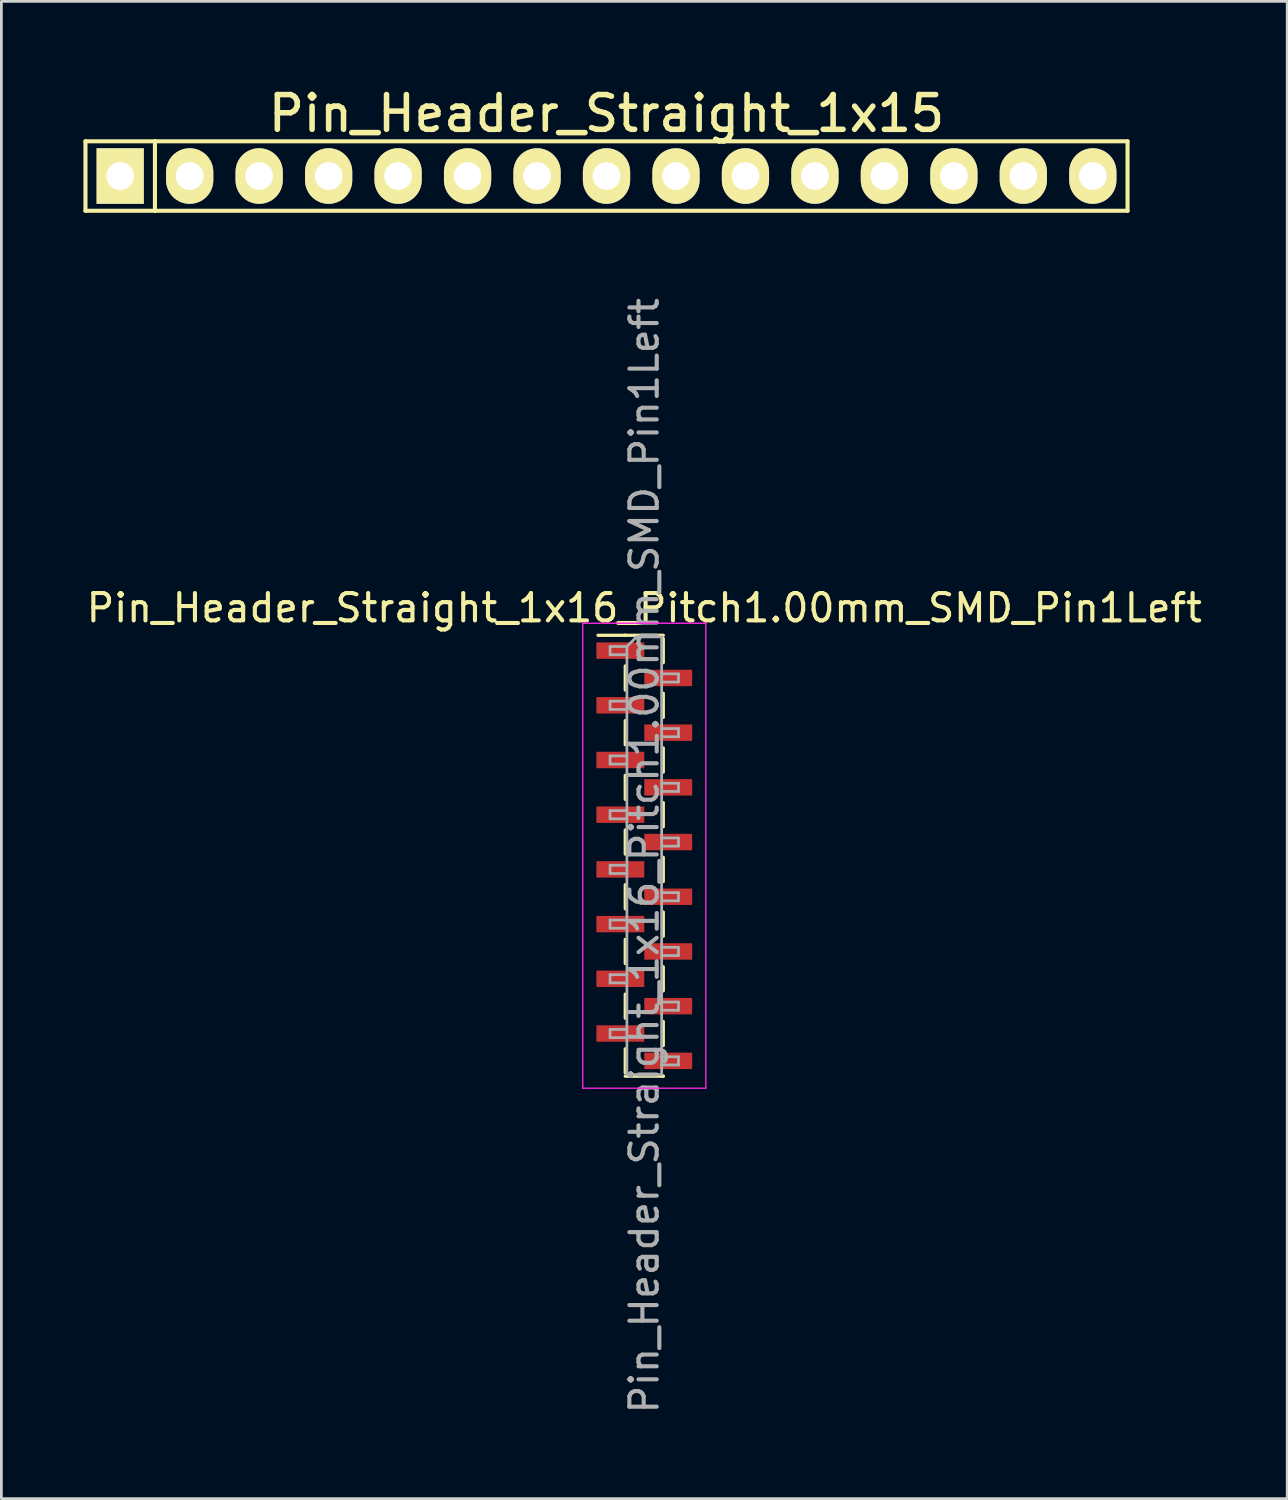
<source format=kicad_pcb>
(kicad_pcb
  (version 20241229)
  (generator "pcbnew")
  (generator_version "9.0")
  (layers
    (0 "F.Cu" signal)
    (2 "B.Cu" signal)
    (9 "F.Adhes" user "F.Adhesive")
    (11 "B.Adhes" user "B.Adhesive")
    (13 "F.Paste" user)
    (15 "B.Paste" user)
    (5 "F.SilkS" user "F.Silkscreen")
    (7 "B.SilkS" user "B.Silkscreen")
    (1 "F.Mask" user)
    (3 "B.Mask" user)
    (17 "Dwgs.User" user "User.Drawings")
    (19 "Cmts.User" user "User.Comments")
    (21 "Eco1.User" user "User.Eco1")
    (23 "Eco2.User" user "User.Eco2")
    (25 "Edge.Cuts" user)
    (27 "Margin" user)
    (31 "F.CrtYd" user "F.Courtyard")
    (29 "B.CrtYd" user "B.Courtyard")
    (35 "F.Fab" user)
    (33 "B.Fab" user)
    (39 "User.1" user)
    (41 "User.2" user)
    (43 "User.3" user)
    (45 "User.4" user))
  (footprint "Pin_Header_Straight_1x16_Pitch1.00mm_SMD_Pin1Left"
    (layer "F.Cu")
    (at 20.506 28.237)
    (property "Reference" "Pin_Header_Straight_1x16_Pitch1.00mm_SMD_Pin1Left" (at 0 -9.06 0) (layer "F.SilkS") (effects (font (size 1 1) (thickness 0.15))))
    (attr smd)
    (fp_line (start -0.695 -8.06) (end -1.69 -8.06) (stroke (width 0.12) (type solid)) (layer "F.SilkS"))
    (fp_line (start -0.695 -8.06) (end -0.695 -8.06) (stroke (width 0.12) (type solid)) (layer "F.SilkS"))
    (fp_line (start -0.695 -8.06) (end 0.695 -8.06) (stroke (width 0.12) (type solid)) (layer "F.SilkS"))
    (fp_line (start -0.695 -6.94) (end -0.695 -6.06) (stroke (width 0.12) (type solid)) (layer "F.SilkS"))
    (fp_line (start -0.695 -4.94) (end -0.695 -4.06) (stroke (width 0.12) (type solid)) (layer "F.SilkS"))
    (fp_line (start -0.695 -2.94) (end -0.695 -2.06) (stroke (width 0.12) (type solid)) (layer "F.SilkS"))
    (fp_line (start -0.695 -0.94) (end -0.695 -0.06) (stroke (width 0.12) (type solid)) (layer "F.SilkS"))
    (fp_line (start -0.695 1.06) (end -0.695 1.94) (stroke (width 0.12) (type solid)) (layer "F.SilkS"))
    (fp_line (start -0.695 3.06) (end -0.695 3.94) (stroke (width 0.12) (type solid)) (layer "F.SilkS"))
    (fp_line (start -0.695 5.06) (end -0.695 5.94) (stroke (width 0.12) (type solid)) (layer "F.SilkS"))
    (fp_line (start -0.695 7.06) (end -0.695 7.94) (stroke (width 0.12) (type solid)) (layer "F.SilkS"))
    (fp_line (start -0.695 8.06) (end 0.695 8.06) (stroke (width 0.12) (type solid)) (layer "F.SilkS"))
    (fp_line (start 0.695 -7.94) (end 0.695 -7.06) (stroke (width 0.12) (type solid)) (layer "F.SilkS"))
    (fp_line (start 0.695 -5.94) (end 0.695 -5.06) (stroke (width 0.12) (type solid)) (layer "F.SilkS"))
    (fp_line (start 0.695 -3.94) (end 0.695 -3.06) (stroke (width 0.12) (type solid)) (layer "F.SilkS"))
    (fp_line (start 0.695 -1.94) (end 0.695 -1.06) (stroke (width 0.12) (type solid)) (layer "F.SilkS"))
    (fp_line (start 0.695 0.06) (end 0.695 0.94) (stroke (width 0.12) (type solid)) (layer "F.SilkS"))
    (fp_line (start 0.695 2.06) (end 0.695 2.94) (stroke (width 0.12) (type solid)) (layer "F.SilkS"))
    (fp_line (start 0.695 4.06) (end 0.695 4.94) (stroke (width 0.12) (type solid)) (layer "F.SilkS"))
    (fp_line (start 0.695 6.06) (end 0.695 6.94) (stroke (width 0.12) (type solid)) (layer "F.SilkS"))
    (fp_line (start 0.695 8.06) (end 0.695 8.06) (stroke (width 0.12) (type solid)) (layer "F.SilkS"))
    (fp_line (start -2.25 -8.5) (end -2.25 8.5) (stroke (width 0.05) (type solid)) (layer "F.CrtYd"))
    (fp_line (start -2.25 8.5) (end 2.25 8.5) (stroke (width 0.05) (type solid)) (layer "F.CrtYd"))
    (fp_line (start 2.25 -8.5) (end -2.25 -8.5) (stroke (width 0.05) (type solid)) (layer "F.CrtYd"))
    (fp_line (start 2.25 8.5) (end 2.25 -8.5) (stroke (width 0.05) (type solid)) (layer "F.CrtYd"))
    (fp_line (start -1.25 -7.65) (end -1.25 -7.35) (stroke (width 0.1) (type solid)) (layer "F.Fab"))
    (fp_line (start -1.25 -7.35) (end -0.635 -7.35) (stroke (width 0.1) (type solid)) (layer "F.Fab"))
    (fp_line (start -1.25 -5.65) (end -1.25 -5.35) (stroke (width 0.1) (type solid)) (layer "F.Fab"))
    (fp_line (start -1.25 -5.35) (end -0.635 -5.35) (stroke (width 0.1) (type solid)) (layer "F.Fab"))
    (fp_line (start -1.25 -3.65) (end -1.25 -3.35) (stroke (width 0.1) (type solid)) (layer "F.Fab"))
    (fp_line (start -1.25 -3.35) (end -0.635 -3.35) (stroke (width 0.1) (type solid)) (layer "F.Fab"))
    (fp_line (start -1.25 -1.65) (end -1.25 -1.35) (stroke (width 0.1) (type solid)) (layer "F.Fab"))
    (fp_line (start -1.25 -1.35) (end -0.635 -1.35) (stroke (width 0.1) (type solid)) (layer "F.Fab"))
    (fp_line (start -1.25 0.35) (end -1.25 0.65) (stroke (width 0.1) (type solid)) (layer "F.Fab"))
    (fp_line (start -1.25 0.65) (end -0.635 0.65) (stroke (width 0.1) (type solid)) (layer "F.Fab"))
    (fp_line (start -1.25 2.35) (end -1.25 2.65) (stroke (width 0.1) (type solid)) (layer "F.Fab"))
    (fp_line (start -1.25 2.65) (end -0.635 2.65) (stroke (width 0.1) (type solid)) (layer "F.Fab"))
    (fp_line (start -1.25 4.35) (end -1.25 4.65) (stroke (width 0.1) (type solid)) (layer "F.Fab"))
    (fp_line (start -1.25 4.65) (end -0.635 4.65) (stroke (width 0.1) (type solid)) (layer "F.Fab"))
    (fp_line (start -1.25 6.35) (end -1.25 6.65) (stroke (width 0.1) (type solid)) (layer "F.Fab"))
    (fp_line (start -1.25 6.65) (end -0.635 6.65) (stroke (width 0.1) (type solid)) (layer "F.Fab"))
    (fp_line (start -0.635 -7.65) (end -1.25 -7.65) (stroke (width 0.1) (type solid)) (layer "F.Fab"))
    (fp_line (start -0.635 -7.65) (end -0.285 -8) (stroke (width 0.1) (type solid)) (layer "F.Fab"))
    (fp_line (start -0.635 -5.65) (end -1.25 -5.65) (stroke (width 0.1) (type solid)) (layer "F.Fab"))
    (fp_line (start -0.635 -3.65) (end -1.25 -3.65) (stroke (width 0.1) (type solid)) (layer "F.Fab"))
    (fp_line (start -0.635 -1.65) (end -1.25 -1.65) (stroke (width 0.1) (type solid)) (layer "F.Fab"))
    (fp_line (start -0.635 0.35) (end -1.25 0.35) (stroke (width 0.1) (type solid)) (layer "F.Fab"))
    (fp_line (start -0.635 2.35) (end -1.25 2.35) (stroke (width 0.1) (type solid)) (layer "F.Fab"))
    (fp_line (start -0.635 4.35) (end -1.25 4.35) (stroke (width 0.1) (type solid)) (layer "F.Fab"))
    (fp_line (start -0.635 6.35) (end -1.25 6.35) (stroke (width 0.1) (type solid)) (layer "F.Fab"))
    (fp_line (start -0.635 8) (end -0.635 -7.65) (stroke (width 0.1) (type solid)) (layer "F.Fab"))
    (fp_line (start -0.285 -8) (end 0.635 -8) (stroke (width 0.1) (type solid)) (layer "F.Fab"))
    (fp_line (start 0.635 -8) (end 0.635 8) (stroke (width 0.1) (type solid)) (layer "F.Fab"))
    (fp_line (start 0.635 -6.65) (end 1.25 -6.65) (stroke (width 0.1) (type solid)) (layer "F.Fab"))
    (fp_line (start 0.635 -4.65) (end 1.25 -4.65) (stroke (width 0.1) (type solid)) (layer "F.Fab"))
    (fp_line (start 0.635 -2.65) (end 1.25 -2.65) (stroke (width 0.1) (type solid)) (layer "F.Fab"))
    (fp_line (start 0.635 -0.65) (end 1.25 -0.65) (stroke (width 0.1) (type solid)) (layer "F.Fab"))
    (fp_line (start 0.635 1.35) (end 1.25 1.35) (stroke (width 0.1) (type solid)) (layer "F.Fab"))
    (fp_line (start 0.635 3.35) (end 1.25 3.35) (stroke (width 0.1) (type solid)) (layer "F.Fab"))
    (fp_line (start 0.635 5.35) (end 1.25 5.35) (stroke (width 0.1) (type solid)) (layer "F.Fab"))
    (fp_line (start 0.635 7.35) (end 1.25 7.35) (stroke (width 0.1) (type solid)) (layer "F.Fab"))
    (fp_line (start 0.635 8) (end -0.635 8) (stroke (width 0.1) (type solid)) (layer "F.Fab"))
    (fp_line (start 1.25 -6.65) (end 1.25 -6.35) (stroke (width 0.1) (type solid)) (layer "F.Fab"))
    (fp_line (start 1.25 -6.35) (end 0.635 -6.35) (stroke (width 0.1) (type solid)) (layer "F.Fab"))
    (fp_line (start 1.25 -4.65) (end 1.25 -4.35) (stroke (width 0.1) (type solid)) (layer "F.Fab"))
    (fp_line (start 1.25 -4.35) (end 0.635 -4.35) (stroke (width 0.1) (type solid)) (layer "F.Fab"))
    (fp_line (start 1.25 -2.65) (end 1.25 -2.35) (stroke (width 0.1) (type solid)) (layer "F.Fab"))
    (fp_line (start 1.25 -2.35) (end 0.635 -2.35) (stroke (width 0.1) (type solid)) (layer "F.Fab"))
    (fp_line (start 1.25 -0.65) (end 1.25 -0.35) (stroke (width 0.1) (type solid)) (layer "F.Fab"))
    (fp_line (start 1.25 -0.35) (end 0.635 -0.35) (stroke (width 0.1) (type solid)) (layer "F.Fab"))
    (fp_line (start 1.25 1.35) (end 1.25 1.65) (stroke (width 0.1) (type solid)) (layer "F.Fab"))
    (fp_line (start 1.25 1.65) (end 0.635 1.65) (stroke (width 0.1) (type solid)) (layer "F.Fab"))
    (fp_line (start 1.25 3.35) (end 1.25 3.65) (stroke (width 0.1) (type solid)) (layer "F.Fab"))
    (fp_line (start 1.25 3.65) (end 0.635 3.65) (stroke (width 0.1) (type solid)) (layer "F.Fab"))
    (fp_line (start 1.25 5.35) (end 1.25 5.65) (stroke (width 0.1) (type solid)) (layer "F.Fab"))
    (fp_line (start 1.25 5.65) (end 0.635 5.65) (stroke (width 0.1) (type solid)) (layer "F.Fab"))
    (fp_line (start 1.25 7.35) (end 1.25 7.65) (stroke (width 0.1) (type solid)) (layer "F.Fab"))
    (fp_line (start 1.25 7.65) (end 0.635 7.65) (stroke (width 0.1) (type solid)) (layer "F.Fab"))
    (fp_text user "${REFERENCE}" (at 0 0 90) (layer "F.Fab") (effects (font (size 1 1) (thickness 0.15))))
    (pad "1" smd rect (at -0.875 -7.5) (size 1.75 0.6) (layers "F.Cu" "F.Mask" "F.Paste"))
    (pad "2" smd rect (at 0.875 -6.5) (size 1.75 0.6) (layers "F.Cu" "F.Mask" "F.Paste"))
    (pad "3" smd rect (at -0.875 -5.5) (size 1.75 0.6) (layers "F.Cu" "F.Mask" "F.Paste"))
    (pad "4" smd rect (at 0.875 -4.5) (size 1.75 0.6) (layers "F.Cu" "F.Mask" "F.Paste"))
    (pad "5" smd rect (at -0.875 -3.5) (size 1.75 0.6) (layers "F.Cu" "F.Mask" "F.Paste"))
    (pad "6" smd rect (at 0.875 -2.5) (size 1.75 0.6) (layers "F.Cu" "F.Mask" "F.Paste"))
    (pad "7" smd rect (at -0.875 -1.5) (size 1.75 0.6) (layers "F.Cu" "F.Mask" "F.Paste"))
    (pad "8" smd rect (at 0.875 -0.5) (size 1.75 0.6) (layers "F.Cu" "F.Mask" "F.Paste"))
    (pad "9" smd rect (at -0.875 0.5) (size 1.75 0.6) (layers "F.Cu" "F.Mask" "F.Paste"))
    (pad "10" smd rect (at 0.875 1.5) (size 1.75 0.6) (layers "F.Cu" "F.Mask" "F.Paste"))
    (pad "11" smd rect (at -0.875 2.5) (size 1.75 0.6) (layers "F.Cu" "F.Mask" "F.Paste"))
    (pad "12" smd rect (at 0.875 3.5) (size 1.75 0.6) (layers "F.Cu" "F.Mask" "F.Paste"))
    (pad "13" smd rect (at -0.875 4.5) (size 1.75 0.6) (layers "F.Cu" "F.Mask" "F.Paste"))
    (pad "14" smd rect (at 0.875 5.5) (size 1.75 0.6) (layers "F.Cu" "F.Mask" "F.Paste"))
    (pad "15" smd rect (at -0.875 6.5) (size 1.75 0.6) (layers "F.Cu" "F.Mask" "F.Paste"))
    (pad "16" smd rect (at 0.875 7.5) (size 1.75 0.6) (layers "F.Cu" "F.Mask" "F.Paste")))
  (footprint "Pin_Header_Straight_1x15"
    (layer "F.Cu")
    (at 19.125 3.386)
    (property "Reference" "Pin_Header_Straight_1x15" (at 0 -2.286 0) (layer "F.SilkS") (effects (font (size 1.27 1.27) (thickness 0.203))))
    (attr through_hole)
    (fp_line (start -19.05 -1.27) (end -19.05 1.27) (stroke (width 0.15) (type solid)) (layer "F.SilkS"))
    (fp_line (start -19.05 -1.27) (end -16.51 -1.27) (stroke (width 0.15) (type solid)) (layer "F.SilkS"))
    (fp_line (start -19.05 1.27) (end -16.51 1.27) (stroke (width 0.15) (type solid)) (layer "F.SilkS"))
    (fp_line (start -16.51 -1.27) (end -16.51 1.27) (stroke (width 0.15) (type solid)) (layer "F.SilkS"))
    (fp_line (start -16.51 1.27) (end 19.05 1.27) (stroke (width 0.15) (type solid)) (layer "F.SilkS"))
    (fp_line (start 19.05 -1.27) (end -16.51 -1.27) (stroke (width 0.15) (type solid)) (layer "F.SilkS"))
    (fp_line (start 19.05 1.27) (end 19.05 -1.27) (stroke (width 0.15) (type solid)) (layer "F.SilkS"))
    (pad "1" thru_hole rect (at -17.78 0) (size 1.727 2.032) (drill 1.016) (layers "*.Cu" "*.Mask" "F.SilkS"))
    (pad "2" thru_hole oval (at -15.24 0) (size 1.727 2.032) (drill 1.016) (layers "*.Cu" "*.Mask" "F.SilkS"))
    (pad "3" thru_hole oval (at -12.7 0) (size 1.727 2.032) (drill 1.016) (layers "*.Cu" "*.Mask" "F.SilkS"))
    (pad "4" thru_hole oval (at -10.16 0) (size 1.727 2.032) (drill 1.016) (layers "*.Cu" "*.Mask" "F.SilkS"))
    (pad "5" thru_hole oval (at -7.62 0) (size 1.727 2.032) (drill 1.016) (layers "*.Cu" "*.Mask" "F.SilkS"))
    (pad "6" thru_hole oval (at -5.08 0) (size 1.727 2.032) (drill 1.016) (layers "*.Cu" "*.Mask" "F.SilkS"))
    (pad "7" thru_hole oval (at -2.54 0) (size 1.727 2.032) (drill 1.016) (layers "*.Cu" "*.Mask" "F.SilkS"))
    (pad "8" thru_hole oval (at 0 0) (size 1.727 2.032) (drill 1.016) (layers "*.Cu" "*.Mask" "F.SilkS"))
    (pad "9" thru_hole oval (at 2.54 0) (size 1.727 2.032) (drill 1.016) (layers "*.Cu" "*.Mask" "F.SilkS"))
    (pad "10" thru_hole oval (at 5.08 0) (size 1.727 2.032) (drill 1.016) (layers "*.Cu" "*.Mask" "F.SilkS"))
    (pad "11" thru_hole oval (at 7.62 0) (size 1.727 2.032) (drill 1.016) (layers "*.Cu" "*.Mask" "F.SilkS"))
    (pad "12" thru_hole oval (at 10.16 0) (size 1.727 2.032) (drill 1.016) (layers "*.Cu" "*.Mask" "F.SilkS"))
    (pad "13" thru_hole oval (at 12.7 0) (size 1.727 2.032) (drill 1.016) (layers "*.Cu" "*.Mask" "F.SilkS"))
    (pad "14" thru_hole oval (at 15.24 0) (size 1.727 2.032) (drill 1.016) (layers "*.Cu" "*.Mask" "F.SilkS"))
    (pad "15" thru_hole oval (at 17.78 0) (size 1.727 2.032) (drill 1.016) (layers "*.Cu" "*.Mask" "F.SilkS")))
  (gr_rect
    (start -3 -3)
    (end 44.012 51.742)
    (stroke (width 0.1) (type default))
    (fill no)
    (layer "Edge.Cuts")))
</source>
